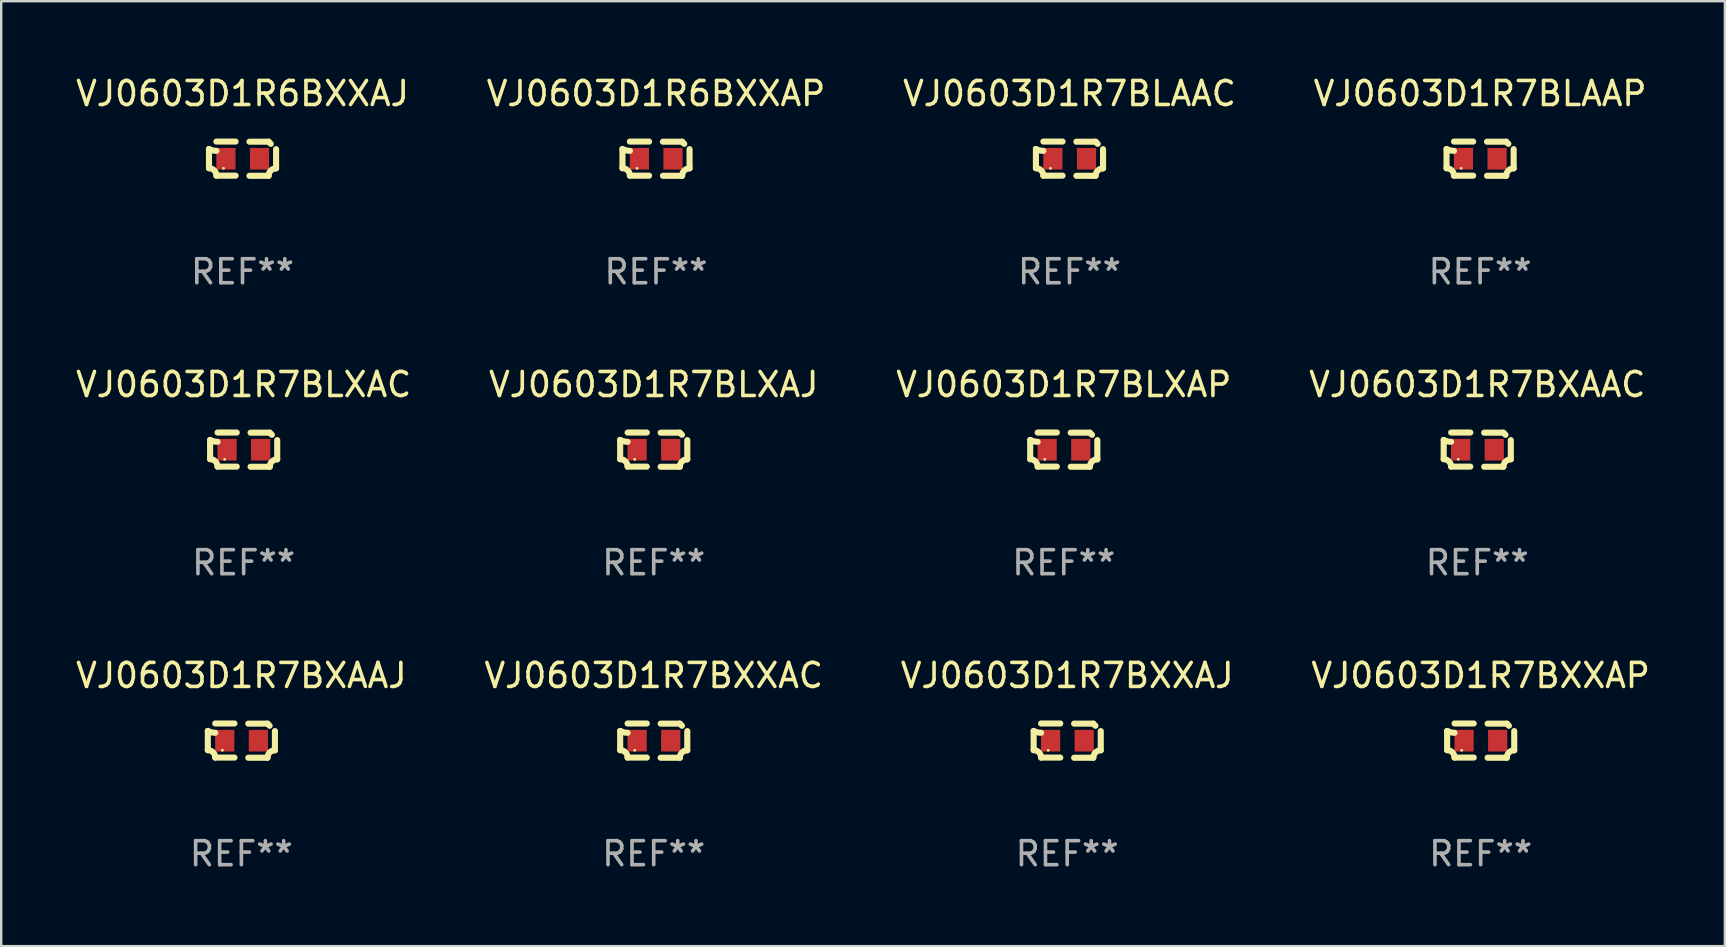
<source format=kicad_pcb>
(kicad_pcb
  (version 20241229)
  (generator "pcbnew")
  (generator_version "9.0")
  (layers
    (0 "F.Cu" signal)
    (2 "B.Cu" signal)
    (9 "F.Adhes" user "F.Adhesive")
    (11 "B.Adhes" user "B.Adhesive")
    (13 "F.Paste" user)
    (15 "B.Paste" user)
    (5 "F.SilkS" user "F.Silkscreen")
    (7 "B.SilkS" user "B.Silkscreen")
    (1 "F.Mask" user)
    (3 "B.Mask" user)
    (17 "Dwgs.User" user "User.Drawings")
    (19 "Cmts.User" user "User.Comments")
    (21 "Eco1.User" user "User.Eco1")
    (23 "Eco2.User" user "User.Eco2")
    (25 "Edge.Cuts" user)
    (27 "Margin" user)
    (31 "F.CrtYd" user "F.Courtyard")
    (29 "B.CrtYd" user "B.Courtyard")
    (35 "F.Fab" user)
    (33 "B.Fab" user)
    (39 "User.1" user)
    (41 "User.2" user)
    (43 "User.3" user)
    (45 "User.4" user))
  (footprint "VJ0603D1R7BXXAJ"
    (layer "F.Cu")
    (at 41.411 27.805)
    (property "Reference" "VJ0603D1R7BXXAJ" (at 0 -2.713 0) (layer "F.SilkS") (effects (font (size 1 1) (thickness 0.15))))
    (attr through_hole)
    (fp_line (start -1.398 -0.403) (end -1.398 0.397) (stroke (width 0.254) (type solid)) (layer "F.SilkS"))
    (fp_line (start -0.288 -0.713) (end -1.088 -0.713) (stroke (width 0.254) (type solid)) (layer "F.SilkS"))
    (fp_line (start -0.288 0.707) (end -1.088 0.707) (stroke (width 0.254) (type solid)) (layer "F.SilkS"))
    (fp_line (start 0.288 -0.707) (end 1.088 -0.707) (stroke (width 0.254) (type solid)) (layer "F.SilkS"))
    (fp_line (start 0.288 0.713) (end 1.088 0.713) (stroke (width 0.254) (type solid)) (layer "F.SilkS"))
    (fp_line (start 1.398 -0.397) (end 1.398 0.403) (stroke (width 0.254) (type solid)) (layer "F.SilkS"))
    (fp_arc (start -1.397789 0.397066) (mid -1.178701 0.487826) (end -1.08796 0.706922) (stroke (width 0.254001) (type solid)) (layer "F.SilkS"))
    (fp_arc (start -1.08796 -0.327176) (mid -1.247436 -0.346384) (end -1.39779 -0.402908) (stroke (width 0.254001) (type solid)) (layer "F.SilkS"))
    (fp_arc (start 1.087909 0.712738) (mid 1.178656 0.493655) (end 1.397739 0.402908) (stroke (width 0.254001) (type solid)) (layer "F.SilkS"))
    (fp_arc (start 1.175925 -0.618926) (mid 1.131917 -0.662923) (end 1.08791 -0.706922) (stroke (width 0.254001) (type solid)) (layer "F.SilkS"))
    (fp_circle (center -0.792 0.403) (end -0.762 0.403) (stroke (width 0.06) (type solid)) (fill no) (layer "F.SilkS"))
    (fp_text user "REF**" (at 0 4.713 0) (layer "F.Fab") (effects (font (size 1 1) (thickness 0.15))))
    (pad "1" smd rect (at -0.692 0.003) (size 0.8 0.9) (layers "F.Cu" "F.Mask" "F.Paste"))
    (pad "2" smd rect (at 0.708 0.003) (size 0.8 0.9) (layers "F.Cu" "F.Mask" "F.Paste")))
  (footprint "VJ0603D1R7BLAAC"
    (layer "F.Cu")
    (at 41.506 3.561)
    (property "Reference" "VJ0603D1R7BLAAC" (at 0 -2.713 0) (layer "F.SilkS") (effects (font (size 1 1) (thickness 0.15))))
    (attr through_hole)
    (fp_line (start -1.398 -0.403) (end -1.398 0.397) (stroke (width 0.254) (type solid)) (layer "F.SilkS"))
    (fp_line (start -0.288 -0.713) (end -1.088 -0.713) (stroke (width 0.254) (type solid)) (layer "F.SilkS"))
    (fp_line (start -0.288 0.707) (end -1.088 0.707) (stroke (width 0.254) (type solid)) (layer "F.SilkS"))
    (fp_line (start 0.288 -0.707) (end 1.088 -0.707) (stroke (width 0.254) (type solid)) (layer "F.SilkS"))
    (fp_line (start 0.288 0.713) (end 1.088 0.713) (stroke (width 0.254) (type solid)) (layer "F.SilkS"))
    (fp_line (start 1.398 -0.397) (end 1.398 0.403) (stroke (width 0.254) (type solid)) (layer "F.SilkS"))
    (fp_arc (start -1.397789 0.397066) (mid -1.178701 0.487826) (end -1.08796 0.706922) (stroke (width 0.254001) (type solid)) (layer "F.SilkS"))
    (fp_arc (start -1.08796 -0.327176) (mid -1.247436 -0.346384) (end -1.39779 -0.402908) (stroke (width 0.254001) (type solid)) (layer "F.SilkS"))
    (fp_arc (start 1.087909 0.712738) (mid 1.178656 0.493655) (end 1.397739 0.402908) (stroke (width 0.254001) (type solid)) (layer "F.SilkS"))
    (fp_arc (start 1.175925 -0.618926) (mid 1.131917 -0.662923) (end 1.08791 -0.706922) (stroke (width 0.254001) (type solid)) (layer "F.SilkS"))
    (fp_circle (center -0.792 0.403) (end -0.762 0.403) (stroke (width 0.06) (type solid)) (fill no) (layer "F.SilkS"))
    (fp_text user "REF**" (at 0 4.713 0) (layer "F.Fab") (effects (font (size 1 1) (thickness 0.15))))
    (pad "1" smd rect (at -0.692 0.003) (size 0.8 0.9) (layers "F.Cu" "F.Mask" "F.Paste"))
    (pad "2" smd rect (at 0.708 0.003) (size 0.8 0.9) (layers "F.Cu" "F.Mask" "F.Paste")))
  (footprint "VJ0603D1R7BLXAC"
    (layer "F.Cu")
    (at 7.101 15.683)
    (property "Reference" "VJ0603D1R7BLXAC" (at 0 -2.713 0) (layer "F.SilkS") (effects (font (size 1 1) (thickness 0.15))))
    (attr through_hole)
    (fp_line (start -1.398 -0.403) (end -1.398 0.397) (stroke (width 0.254) (type solid)) (layer "F.SilkS"))
    (fp_line (start -0.288 -0.713) (end -1.088 -0.713) (stroke (width 0.254) (type solid)) (layer "F.SilkS"))
    (fp_line (start -0.288 0.707) (end -1.088 0.707) (stroke (width 0.254) (type solid)) (layer "F.SilkS"))
    (fp_line (start 0.288 -0.707) (end 1.088 -0.707) (stroke (width 0.254) (type solid)) (layer "F.SilkS"))
    (fp_line (start 0.288 0.713) (end 1.088 0.713) (stroke (width 0.254) (type solid)) (layer "F.SilkS"))
    (fp_line (start 1.398 -0.397) (end 1.398 0.403) (stroke (width 0.254) (type solid)) (layer "F.SilkS"))
    (fp_arc (start -1.397789 0.397066) (mid -1.178701 0.487826) (end -1.08796 0.706922) (stroke (width 0.254001) (type solid)) (layer "F.SilkS"))
    (fp_arc (start -1.08796 -0.327176) (mid -1.247436 -0.346384) (end -1.39779 -0.402908) (stroke (width 0.254001) (type solid)) (layer "F.SilkS"))
    (fp_arc (start 1.087909 0.712738) (mid 1.178656 0.493655) (end 1.397739 0.402908) (stroke (width 0.254001) (type solid)) (layer "F.SilkS"))
    (fp_arc (start 1.175925 -0.618926) (mid 1.131917 -0.662923) (end 1.08791 -0.706922) (stroke (width 0.254001) (type solid)) (layer "F.SilkS"))
    (fp_circle (center -0.792 0.403) (end -0.762 0.403) (stroke (width 0.06) (type solid)) (fill no) (layer "F.SilkS"))
    (fp_text user "REF**" (at 0 4.713 0) (layer "F.Fab") (effects (font (size 1 1) (thickness 0.15))))
    (pad "1" smd rect (at -0.692 0.003) (size 0.8 0.9) (layers "F.Cu" "F.Mask" "F.Paste"))
    (pad "2" smd rect (at 0.708 0.003) (size 0.8 0.9) (layers "F.Cu" "F.Mask" "F.Paste")))
  (footprint "VJ0603D1R7BLAAP"
    (layer "F.Cu")
    (at 58.613 3.561)
    (property "Reference" "VJ0603D1R7BLAAP" (at 0 -2.713 0) (layer "F.SilkS") (effects (font (size 1 1) (thickness 0.15))))
    (attr through_hole)
    (fp_line (start -1.398 -0.403) (end -1.398 0.397) (stroke (width 0.254) (type solid)) (layer "F.SilkS"))
    (fp_line (start -0.288 -0.713) (end -1.088 -0.713) (stroke (width 0.254) (type solid)) (layer "F.SilkS"))
    (fp_line (start -0.288 0.707) (end -1.088 0.707) (stroke (width 0.254) (type solid)) (layer "F.SilkS"))
    (fp_line (start 0.288 -0.707) (end 1.088 -0.707) (stroke (width 0.254) (type solid)) (layer "F.SilkS"))
    (fp_line (start 0.288 0.713) (end 1.088 0.713) (stroke (width 0.254) (type solid)) (layer "F.SilkS"))
    (fp_line (start 1.398 -0.397) (end 1.398 0.403) (stroke (width 0.254) (type solid)) (layer "F.SilkS"))
    (fp_arc (start -1.397789 0.397066) (mid -1.178701 0.487826) (end -1.08796 0.706922) (stroke (width 0.254001) (type solid)) (layer "F.SilkS"))
    (fp_arc (start -1.08796 -0.327176) (mid -1.247436 -0.346384) (end -1.39779 -0.402908) (stroke (width 0.254001) (type solid)) (layer "F.SilkS"))
    (fp_arc (start 1.087909 0.712738) (mid 1.178656 0.493655) (end 1.397739 0.402908) (stroke (width 0.254001) (type solid)) (layer "F.SilkS"))
    (fp_arc (start 1.175925 -0.618926) (mid 1.131917 -0.662923) (end 1.08791 -0.706922) (stroke (width 0.254001) (type solid)) (layer "F.SilkS"))
    (fp_circle (center -0.792 0.403) (end -0.762 0.403) (stroke (width 0.06) (type solid)) (fill no) (layer "F.SilkS"))
    (fp_text user "REF**" (at 0 4.713 0) (layer "F.Fab") (effects (font (size 1 1) (thickness 0.15))))
    (pad "1" smd rect (at -0.692 0.003) (size 0.8 0.9) (layers "F.Cu" "F.Mask" "F.Paste"))
    (pad "2" smd rect (at 0.708 0.003) (size 0.8 0.9) (layers "F.Cu" "F.Mask" "F.Paste")))
  (footprint "VJ0603D1R7BXXAC"
    (layer "F.Cu")
    (at 24.185 27.805)
    (property "Reference" "VJ0603D1R7BXXAC" (at 0 -2.713 0) (layer "F.SilkS") (effects (font (size 1 1) (thickness 0.15))))
    (attr through_hole)
    (fp_line (start -1.398 -0.403) (end -1.398 0.397) (stroke (width 0.254) (type solid)) (layer "F.SilkS"))
    (fp_line (start -0.288 -0.713) (end -1.088 -0.713) (stroke (width 0.254) (type solid)) (layer "F.SilkS"))
    (fp_line (start -0.288 0.707) (end -1.088 0.707) (stroke (width 0.254) (type solid)) (layer "F.SilkS"))
    (fp_line (start 0.288 -0.707) (end 1.088 -0.707) (stroke (width 0.254) (type solid)) (layer "F.SilkS"))
    (fp_line (start 0.288 0.713) (end 1.088 0.713) (stroke (width 0.254) (type solid)) (layer "F.SilkS"))
    (fp_line (start 1.398 -0.397) (end 1.398 0.403) (stroke (width 0.254) (type solid)) (layer "F.SilkS"))
    (fp_arc (start -1.397789 0.397066) (mid -1.178701 0.487826) (end -1.08796 0.706922) (stroke (width 0.254001) (type solid)) (layer "F.SilkS"))
    (fp_arc (start -1.08796 -0.327176) (mid -1.247436 -0.346384) (end -1.39779 -0.402908) (stroke (width 0.254001) (type solid)) (layer "F.SilkS"))
    (fp_arc (start 1.087909 0.712738) (mid 1.178656 0.493655) (end 1.397739 0.402908) (stroke (width 0.254001) (type solid)) (layer "F.SilkS"))
    (fp_arc (start 1.175925 -0.618926) (mid 1.131917 -0.662923) (end 1.08791 -0.706922) (stroke (width 0.254001) (type solid)) (layer "F.SilkS"))
    (fp_circle (center -0.792 0.403) (end -0.762 0.403) (stroke (width 0.06) (type solid)) (fill no) (layer "F.SilkS"))
    (fp_text user "REF**" (at 0 4.713 0) (layer "F.Fab") (effects (font (size 1 1) (thickness 0.15))))
    (pad "1" smd rect (at -0.692 0.003) (size 0.8 0.9) (layers "F.Cu" "F.Mask" "F.Paste"))
    (pad "2" smd rect (at 0.708 0.003) (size 0.8 0.9) (layers "F.Cu" "F.Mask" "F.Paste")))
  (footprint "VJ0603D1R6BXXAP"
    (layer "F.Cu")
    (at 24.28 3.561)
    (property "Reference" "VJ0603D1R6BXXAP" (at 0 -2.713 0) (layer "F.SilkS") (effects (font (size 1 1) (thickness 0.15))))
    (attr through_hole)
    (fp_line (start -1.398 -0.403) (end -1.398 0.397) (stroke (width 0.254) (type solid)) (layer "F.SilkS"))
    (fp_line (start -0.288 -0.713) (end -1.088 -0.713) (stroke (width 0.254) (type solid)) (layer "F.SilkS"))
    (fp_line (start -0.288 0.707) (end -1.088 0.707) (stroke (width 0.254) (type solid)) (layer "F.SilkS"))
    (fp_line (start 0.288 -0.707) (end 1.088 -0.707) (stroke (width 0.254) (type solid)) (layer "F.SilkS"))
    (fp_line (start 0.288 0.713) (end 1.088 0.713) (stroke (width 0.254) (type solid)) (layer "F.SilkS"))
    (fp_line (start 1.398 -0.397) (end 1.398 0.403) (stroke (width 0.254) (type solid)) (layer "F.SilkS"))
    (fp_arc (start -1.397789 0.397066) (mid -1.178701 0.487826) (end -1.08796 0.706922) (stroke (width 0.254001) (type solid)) (layer "F.SilkS"))
    (fp_arc (start -1.08796 -0.327176) (mid -1.247436 -0.346384) (end -1.39779 -0.402908) (stroke (width 0.254001) (type solid)) (layer "F.SilkS"))
    (fp_arc (start 1.087909 0.712738) (mid 1.178656 0.493655) (end 1.397739 0.402908) (stroke (width 0.254001) (type solid)) (layer "F.SilkS"))
    (fp_arc (start 1.175925 -0.618926) (mid 1.131917 -0.662923) (end 1.08791 -0.706922) (stroke (width 0.254001) (type solid)) (layer "F.SilkS"))
    (fp_circle (center -0.792 0.403) (end -0.762 0.403) (stroke (width 0.06) (type solid)) (fill no) (layer "F.SilkS"))
    (fp_text user "REF**" (at 0 4.713 0) (layer "F.Fab") (effects (font (size 1 1) (thickness 0.15))))
    (pad "1" smd rect (at -0.692 0.003) (size 0.8 0.9) (layers "F.Cu" "F.Mask" "F.Paste"))
    (pad "2" smd rect (at 0.708 0.003) (size 0.8 0.9) (layers "F.Cu" "F.Mask" "F.Paste")))
  (footprint "VJ0603D1R7BXAAJ"
    (layer "F.Cu")
    (at 7.006 27.805)
    (property "Reference" "VJ0603D1R7BXAAJ" (at 0 -2.713 0) (layer "F.SilkS") (effects (font (size 1 1) (thickness 0.15))))
    (attr through_hole)
    (fp_line (start -1.398 -0.403) (end -1.398 0.397) (stroke (width 0.254) (type solid)) (layer "F.SilkS"))
    (fp_line (start -0.288 -0.713) (end -1.088 -0.713) (stroke (width 0.254) (type solid)) (layer "F.SilkS"))
    (fp_line (start -0.288 0.707) (end -1.088 0.707) (stroke (width 0.254) (type solid)) (layer "F.SilkS"))
    (fp_line (start 0.288 -0.707) (end 1.088 -0.707) (stroke (width 0.254) (type solid)) (layer "F.SilkS"))
    (fp_line (start 0.288 0.713) (end 1.088 0.713) (stroke (width 0.254) (type solid)) (layer "F.SilkS"))
    (fp_line (start 1.398 -0.397) (end 1.398 0.403) (stroke (width 0.254) (type solid)) (layer "F.SilkS"))
    (fp_arc (start -1.397789 0.397066) (mid -1.178701 0.487826) (end -1.08796 0.706922) (stroke (width 0.254001) (type solid)) (layer "F.SilkS"))
    (fp_arc (start -1.08796 -0.327176) (mid -1.247436 -0.346384) (end -1.39779 -0.402908) (stroke (width 0.254001) (type solid)) (layer "F.SilkS"))
    (fp_arc (start 1.087909 0.712738) (mid 1.178656 0.493655) (end 1.397739 0.402908) (stroke (width 0.254001) (type solid)) (layer "F.SilkS"))
    (fp_arc (start 1.175925 -0.618926) (mid 1.131917 -0.662923) (end 1.08791 -0.706922) (stroke (width 0.254001) (type solid)) (layer "F.SilkS"))
    (fp_circle (center -0.792 0.403) (end -0.762 0.403) (stroke (width 0.06) (type solid)) (fill no) (layer "F.SilkS"))
    (fp_text user "REF**" (at 0 4.713 0) (layer "F.Fab") (effects (font (size 1 1) (thickness 0.15))))
    (pad "1" smd rect (at -0.692 0.003) (size 0.8 0.9) (layers "F.Cu" "F.Mask" "F.Paste"))
    (pad "2" smd rect (at 0.708 0.003) (size 0.8 0.9) (layers "F.Cu" "F.Mask" "F.Paste")))
  (footprint "VJ0603D1R7BLXAP"
    (layer "F.Cu")
    (at 41.268 15.683)
    (property "Reference" "VJ0603D1R7BLXAP" (at 0 -2.713 0) (layer "F.SilkS") (effects (font (size 1 1) (thickness 0.15))))
    (attr through_hole)
    (fp_line (start -1.398 -0.403) (end -1.398 0.397) (stroke (width 0.254) (type solid)) (layer "F.SilkS"))
    (fp_line (start -0.288 -0.713) (end -1.088 -0.713) (stroke (width 0.254) (type solid)) (layer "F.SilkS"))
    (fp_line (start -0.288 0.707) (end -1.088 0.707) (stroke (width 0.254) (type solid)) (layer "F.SilkS"))
    (fp_line (start 0.288 -0.707) (end 1.088 -0.707) (stroke (width 0.254) (type solid)) (layer "F.SilkS"))
    (fp_line (start 0.288 0.713) (end 1.088 0.713) (stroke (width 0.254) (type solid)) (layer "F.SilkS"))
    (fp_line (start 1.398 -0.397) (end 1.398 0.403) (stroke (width 0.254) (type solid)) (layer "F.SilkS"))
    (fp_arc (start -1.397789 0.397066) (mid -1.178701 0.487826) (end -1.08796 0.706922) (stroke (width 0.254001) (type solid)) (layer "F.SilkS"))
    (fp_arc (start -1.08796 -0.327176) (mid -1.247436 -0.346384) (end -1.39779 -0.402908) (stroke (width 0.254001) (type solid)) (layer "F.SilkS"))
    (fp_arc (start 1.087909 0.712738) (mid 1.178656 0.493655) (end 1.397739 0.402908) (stroke (width 0.254001) (type solid)) (layer "F.SilkS"))
    (fp_arc (start 1.175925 -0.618926) (mid 1.131917 -0.662923) (end 1.08791 -0.706922) (stroke (width 0.254001) (type solid)) (layer "F.SilkS"))
    (fp_circle (center -0.792 0.403) (end -0.762 0.403) (stroke (width 0.06) (type solid)) (fill no) (layer "F.SilkS"))
    (fp_text user "REF**" (at 0 4.713 0) (layer "F.Fab") (effects (font (size 1 1) (thickness 0.15))))
    (pad "1" smd rect (at -0.692 0.003) (size 0.8 0.9) (layers "F.Cu" "F.Mask" "F.Paste"))
    (pad "2" smd rect (at 0.708 0.003) (size 0.8 0.9) (layers "F.Cu" "F.Mask" "F.Paste")))
  (footprint "VJ0603D1R7BXXAP"
    (layer "F.Cu")
    (at 58.637 27.805)
    (property "Reference" "VJ0603D1R7BXXAP" (at 0 -2.713 0) (layer "F.SilkS") (effects (font (size 1 1) (thickness 0.15))))
    (attr through_hole)
    (fp_line (start -1.398 -0.403) (end -1.398 0.397) (stroke (width 0.254) (type solid)) (layer "F.SilkS"))
    (fp_line (start -0.288 -0.713) (end -1.088 -0.713) (stroke (width 0.254) (type solid)) (layer "F.SilkS"))
    (fp_line (start -0.288 0.707) (end -1.088 0.707) (stroke (width 0.254) (type solid)) (layer "F.SilkS"))
    (fp_line (start 0.288 -0.707) (end 1.088 -0.707) (stroke (width 0.254) (type solid)) (layer "F.SilkS"))
    (fp_line (start 0.288 0.713) (end 1.088 0.713) (stroke (width 0.254) (type solid)) (layer "F.SilkS"))
    (fp_line (start 1.398 -0.397) (end 1.398 0.403) (stroke (width 0.254) (type solid)) (layer "F.SilkS"))
    (fp_arc (start -1.397789 0.397066) (mid -1.178701 0.487826) (end -1.08796 0.706922) (stroke (width 0.254001) (type solid)) (layer "F.SilkS"))
    (fp_arc (start -1.08796 -0.327176) (mid -1.247436 -0.346384) (end -1.39779 -0.402908) (stroke (width 0.254001) (type solid)) (layer "F.SilkS"))
    (fp_arc (start 1.087909 0.712738) (mid 1.178656 0.493655) (end 1.397739 0.402908) (stroke (width 0.254001) (type solid)) (layer "F.SilkS"))
    (fp_arc (start 1.175925 -0.618926) (mid 1.131917 -0.662923) (end 1.08791 -0.706922) (stroke (width 0.254001) (type solid)) (layer "F.SilkS"))
    (fp_circle (center -0.792 0.403) (end -0.762 0.403) (stroke (width 0.06) (type solid)) (fill no) (layer "F.SilkS"))
    (fp_text user "REF**" (at 0 4.713 0) (layer "F.Fab") (effects (font (size 1 1) (thickness 0.15))))
    (pad "1" smd rect (at -0.692 0.003) (size 0.8 0.9) (layers "F.Cu" "F.Mask" "F.Paste"))
    (pad "2" smd rect (at 0.708 0.003) (size 0.8 0.9) (layers "F.Cu" "F.Mask" "F.Paste")))
  (footprint "VJ0603D1R7BXAAC"
    (layer "F.Cu")
    (at 58.494 15.683)
    (property "Reference" "VJ0603D1R7BXAAC" (at 0 -2.713 0) (layer "F.SilkS") (effects (font (size 1 1) (thickness 0.15))))
    (attr through_hole)
    (fp_line (start -1.398 -0.403) (end -1.398 0.397) (stroke (width 0.254) (type solid)) (layer "F.SilkS"))
    (fp_line (start -0.288 -0.713) (end -1.088 -0.713) (stroke (width 0.254) (type solid)) (layer "F.SilkS"))
    (fp_line (start -0.288 0.707) (end -1.088 0.707) (stroke (width 0.254) (type solid)) (layer "F.SilkS"))
    (fp_line (start 0.288 -0.707) (end 1.088 -0.707) (stroke (width 0.254) (type solid)) (layer "F.SilkS"))
    (fp_line (start 0.288 0.713) (end 1.088 0.713) (stroke (width 0.254) (type solid)) (layer "F.SilkS"))
    (fp_line (start 1.398 -0.397) (end 1.398 0.403) (stroke (width 0.254) (type solid)) (layer "F.SilkS"))
    (fp_arc (start -1.397789 0.397066) (mid -1.178701 0.487826) (end -1.08796 0.706922) (stroke (width 0.254001) (type solid)) (layer "F.SilkS"))
    (fp_arc (start -1.08796 -0.327176) (mid -1.247436 -0.346384) (end -1.39779 -0.402908) (stroke (width 0.254001) (type solid)) (layer "F.SilkS"))
    (fp_arc (start 1.087909 0.712738) (mid 1.178656 0.493655) (end 1.397739 0.402908) (stroke (width 0.254001) (type solid)) (layer "F.SilkS"))
    (fp_arc (start 1.175925 -0.618926) (mid 1.131917 -0.662923) (end 1.08791 -0.706922) (stroke (width 0.254001) (type solid)) (layer "F.SilkS"))
    (fp_circle (center -0.792 0.403) (end -0.762 0.403) (stroke (width 0.06) (type solid)) (fill no) (layer "F.SilkS"))
    (fp_text user "REF**" (at 0 4.713 0) (layer "F.Fab") (effects (font (size 1 1) (thickness 0.15))))
    (pad "1" smd rect (at -0.692 0.003) (size 0.8 0.9) (layers "F.Cu" "F.Mask" "F.Paste"))
    (pad "2" smd rect (at 0.708 0.003) (size 0.8 0.9) (layers "F.Cu" "F.Mask" "F.Paste")))
  (footprint "VJ0603D1R6BXXAJ"
    (layer "F.Cu")
    (at 7.054 3.561)
    (property "Reference" "VJ0603D1R6BXXAJ" (at 0 -2.713 0) (layer "F.SilkS") (effects (font (size 1 1) (thickness 0.15))))
    (attr through_hole)
    (fp_line (start -1.398 -0.403) (end -1.398 0.397) (stroke (width 0.254) (type solid)) (layer "F.SilkS"))
    (fp_line (start -0.288 -0.713) (end -1.088 -0.713) (stroke (width 0.254) (type solid)) (layer "F.SilkS"))
    (fp_line (start -0.288 0.707) (end -1.088 0.707) (stroke (width 0.254) (type solid)) (layer "F.SilkS"))
    (fp_line (start 0.288 -0.707) (end 1.088 -0.707) (stroke (width 0.254) (type solid)) (layer "F.SilkS"))
    (fp_line (start 0.288 0.713) (end 1.088 0.713) (stroke (width 0.254) (type solid)) (layer "F.SilkS"))
    (fp_line (start 1.398 -0.397) (end 1.398 0.403) (stroke (width 0.254) (type solid)) (layer "F.SilkS"))
    (fp_arc (start -1.397789 0.397066) (mid -1.178701 0.487826) (end -1.08796 0.706922) (stroke (width 0.254001) (type solid)) (layer "F.SilkS"))
    (fp_arc (start -1.08796 -0.327176) (mid -1.247436 -0.346384) (end -1.39779 -0.402908) (stroke (width 0.254001) (type solid)) (layer "F.SilkS"))
    (fp_arc (start 1.087909 0.712738) (mid 1.178656 0.493655) (end 1.397739 0.402908) (stroke (width 0.254001) (type solid)) (layer "F.SilkS"))
    (fp_arc (start 1.175925 -0.618926) (mid 1.131917 -0.662923) (end 1.08791 -0.706922) (stroke (width 0.254001) (type solid)) (layer "F.SilkS"))
    (fp_circle (center -0.792 0.403) (end -0.762 0.403) (stroke (width 0.06) (type solid)) (fill no) (layer "F.SilkS"))
    (fp_text user "REF**" (at 0 4.713 0) (layer "F.Fab") (effects (font (size 1 1) (thickness 0.15))))
    (pad "1" smd rect (at -0.692 0.003) (size 0.8 0.9) (layers "F.Cu" "F.Mask" "F.Paste"))
    (pad "2" smd rect (at 0.708 0.003) (size 0.8 0.9) (layers "F.Cu" "F.Mask" "F.Paste")))
  (footprint "VJ0603D1R7BLXAJ"
    (layer "F.Cu")
    (at 24.185 15.683)
    (property "Reference" "VJ0603D1R7BLXAJ" (at 0 -2.713 0) (layer "F.SilkS") (effects (font (size 1 1) (thickness 0.15))))
    (attr through_hole)
    (fp_line (start -1.398 -0.403) (end -1.398 0.397) (stroke (width 0.254) (type solid)) (layer "F.SilkS"))
    (fp_line (start -0.288 -0.713) (end -1.088 -0.713) (stroke (width 0.254) (type solid)) (layer "F.SilkS"))
    (fp_line (start -0.288 0.707) (end -1.088 0.707) (stroke (width 0.254) (type solid)) (layer "F.SilkS"))
    (fp_line (start 0.288 -0.707) (end 1.088 -0.707) (stroke (width 0.254) (type solid)) (layer "F.SilkS"))
    (fp_line (start 0.288 0.713) (end 1.088 0.713) (stroke (width 0.254) (type solid)) (layer "F.SilkS"))
    (fp_line (start 1.398 -0.397) (end 1.398 0.403) (stroke (width 0.254) (type solid)) (layer "F.SilkS"))
    (fp_arc (start -1.397789 0.397066) (mid -1.178701 0.487826) (end -1.08796 0.706922) (stroke (width 0.254001) (type solid)) (layer "F.SilkS"))
    (fp_arc (start -1.08796 -0.327176) (mid -1.247436 -0.346384) (end -1.39779 -0.402908) (stroke (width 0.254001) (type solid)) (layer "F.SilkS"))
    (fp_arc (start 1.087909 0.712738) (mid 1.178656 0.493655) (end 1.397739 0.402908) (stroke (width 0.254001) (type solid)) (layer "F.SilkS"))
    (fp_arc (start 1.175925 -0.618926) (mid 1.131917 -0.662923) (end 1.08791 -0.706922) (stroke (width 0.254001) (type solid)) (layer "F.SilkS"))
    (fp_circle (center -0.792 0.403) (end -0.762 0.403) (stroke (width 0.06) (type solid)) (fill no) (layer "F.SilkS"))
    (fp_text user "REF**" (at 0 4.713 0) (layer "F.Fab") (effects (font (size 1 1) (thickness 0.15))))
    (pad "1" smd rect (at -0.692 0.003) (size 0.8 0.9) (layers "F.Cu" "F.Mask" "F.Paste"))
    (pad "2" smd rect (at 0.708 0.003) (size 0.8 0.9) (layers "F.Cu" "F.Mask" "F.Paste")))
  (gr_rect
    (start -3 -3)
    (end 68.81 36.366)
    (stroke (width 0.1) (type default))
    (fill no)
    (layer "Edge.Cuts")))
</source>
